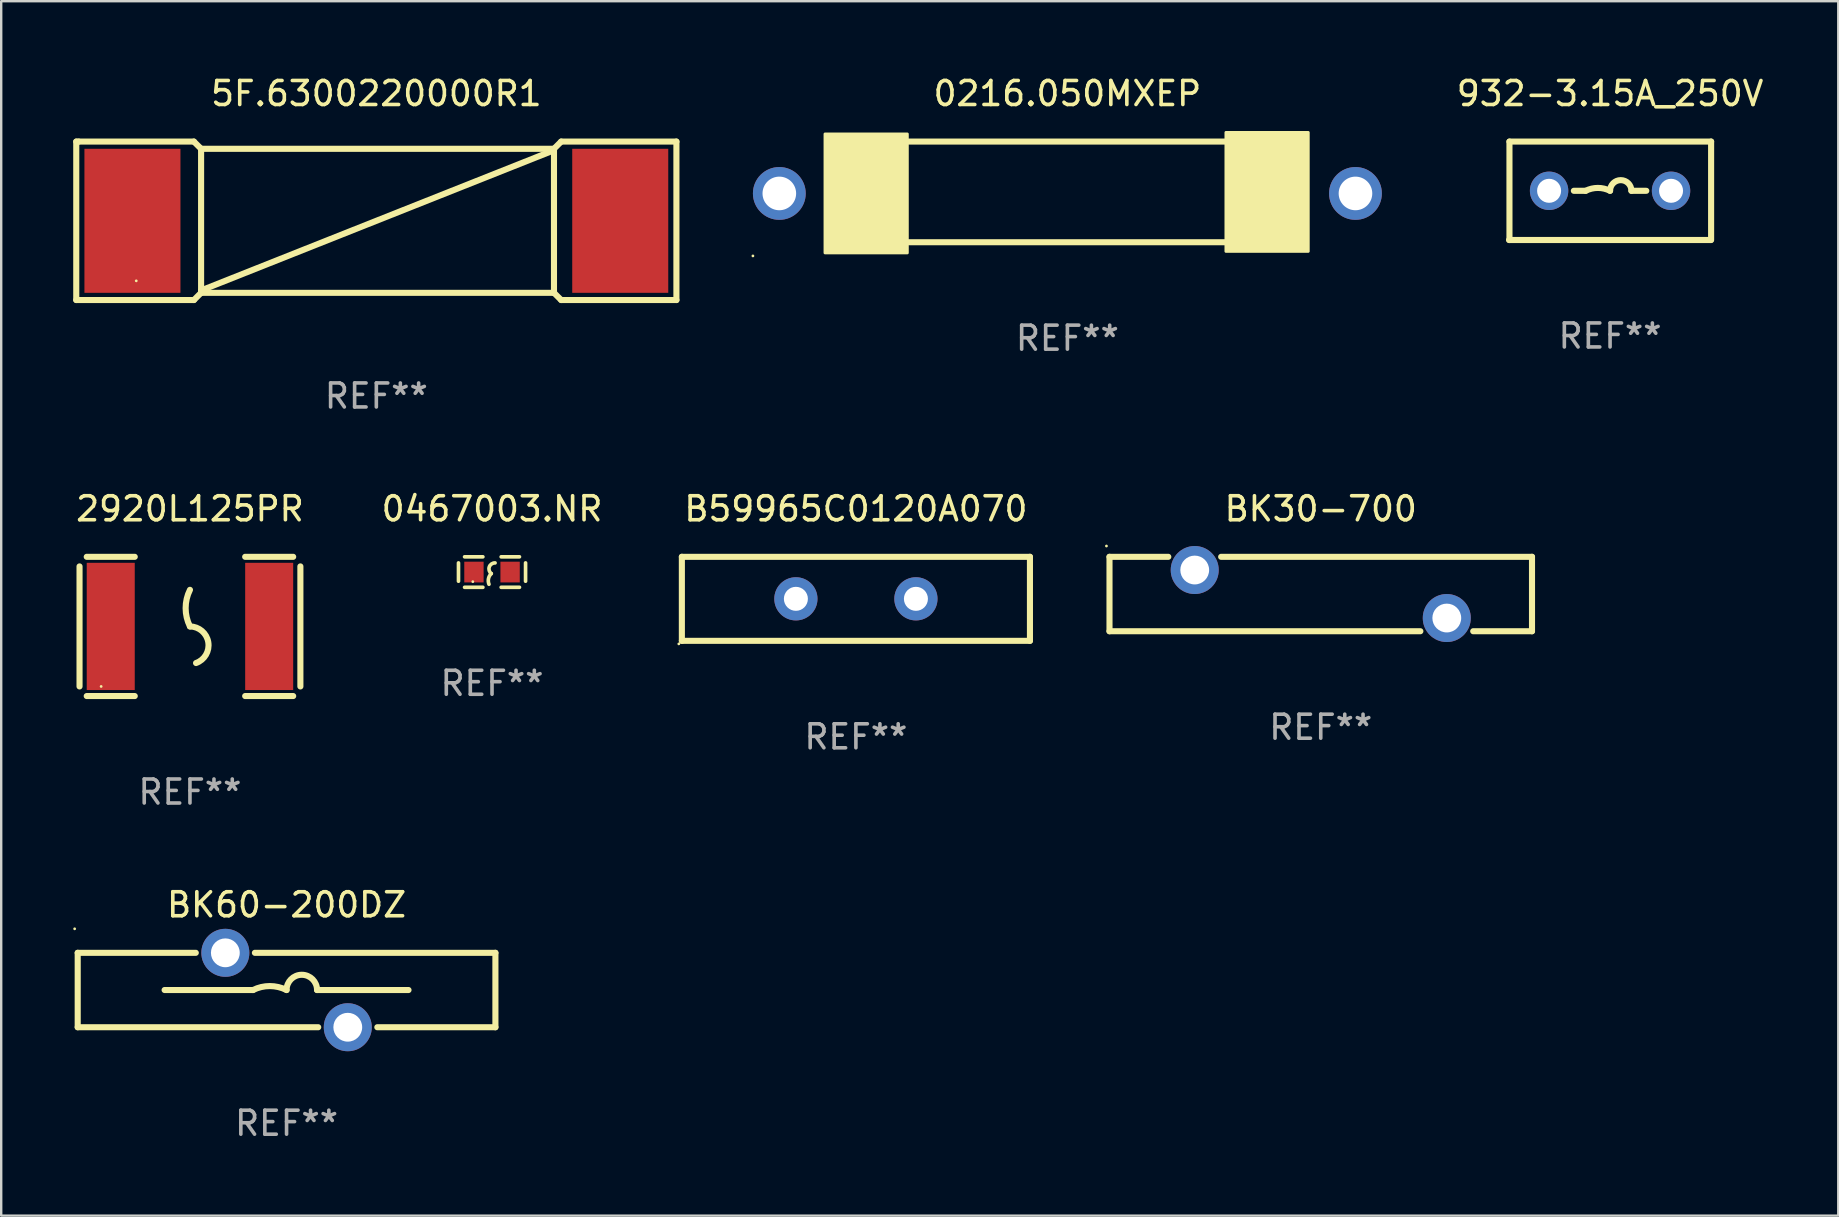
<source format=kicad_pcb>
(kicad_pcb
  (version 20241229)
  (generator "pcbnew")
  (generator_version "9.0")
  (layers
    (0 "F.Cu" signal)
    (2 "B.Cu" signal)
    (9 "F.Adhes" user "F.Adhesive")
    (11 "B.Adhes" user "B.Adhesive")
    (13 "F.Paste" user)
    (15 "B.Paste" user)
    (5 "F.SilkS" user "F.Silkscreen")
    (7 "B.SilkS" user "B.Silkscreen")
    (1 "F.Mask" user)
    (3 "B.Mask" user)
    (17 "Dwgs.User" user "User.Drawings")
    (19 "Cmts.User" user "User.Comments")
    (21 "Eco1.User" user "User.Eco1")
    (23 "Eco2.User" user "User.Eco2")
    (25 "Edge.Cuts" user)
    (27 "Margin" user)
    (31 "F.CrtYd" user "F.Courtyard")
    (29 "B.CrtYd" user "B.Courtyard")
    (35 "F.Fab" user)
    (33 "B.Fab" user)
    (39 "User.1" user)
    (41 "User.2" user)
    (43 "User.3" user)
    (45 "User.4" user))
  (footprint "BK30-700"
    (layer "F.Cu")
    (at 51.968 21.695)
    (property "Reference" "BK30-700" (at 0 -3.55 0) (layer "F.SilkS") (effects (font (size 1 1) (thickness 0.15))))
    (attr through_hole)
    (fp_line (start -8.8 -1.55) (end -6.351 -1.55) (stroke (width 0.254) (type solid)) (layer "F.SilkS"))
    (fp_line (start -8.8 1.55) (end -8.8 -1.55) (stroke (width 0.254) (type solid)) (layer "F.SilkS"))
    (fp_line (start -8.8 1.55) (end 4.149 1.55) (stroke (width 0.254) (type solid)) (layer "F.SilkS"))
    (fp_line (start -4.149 -1.55) (end 8.8 -1.55) (stroke (width 0.254) (type solid)) (layer "F.SilkS"))
    (fp_line (start 6.351 1.55) (end 8.8 1.55) (stroke (width 0.254) (type solid)) (layer "F.SilkS"))
    (fp_line (start 8.8 -1.55) (end 8.8 1.55) (stroke (width 0.254) (type solid)) (layer "F.SilkS"))
    (fp_circle (center -8.927 -2) (end -8.897 -2) (stroke (width 0.06) (type solid)) (fill no) (layer "F.SilkS"))
    (fp_text user "REF**" (at 0 5.55 0) (layer "F.Fab") (effects (font (size 1 1) (thickness 0.15))))
    (pad "1" thru_hole circle (at -5.25 -1) (size 2 2) (drill 1.2) (layers "*.Cu" "*.Mask"))
    (pad "2" thru_hole circle (at 5.25 1) (size 2 2) (drill 1.2) (layers "*.Cu" "*.Mask")))
  (footprint "B59965C0120A070"
    (layer "F.Cu")
    (at 32.604 21.895)
    (property "Reference" "B59965C0120A070" (at 0 -3.75 0) (layer "F.SilkS") (effects (font (size 1 1) (thickness 0.15))))
    (attr through_hole)
    (fp_line (start -7.25 -1.75) (end -7.25 1.75) (stroke (width 0.254) (type solid)) (layer "F.SilkS"))
    (fp_line (start -7.25 -1.75) (end 7.25 -1.75) (stroke (width 0.254) (type solid)) (layer "F.SilkS"))
    (fp_line (start 7.25 -1.75) (end 7.25 1.75) (stroke (width 0.254) (type solid)) (layer "F.SilkS"))
    (fp_line (start 7.25 1.75) (end -7.25 1.75) (stroke (width 0.254) (type solid)) (layer "F.SilkS"))
    (fp_circle (center -7.377 1.877) (end -7.347 1.877) (stroke (width 0.06) (type solid)) (fill no) (layer "F.SilkS"))
    (fp_text user "REF**" (at 0 5.75 0) (layer "F.Fab") (effects (font (size 1 1) (thickness 0.15))))
    (pad "1" thru_hole circle (at -2.5 0) (size 1.8 1.8) (drill 1) (layers "*.Cu" "*.Mask"))
    (pad "2" thru_hole circle (at 2.5 0) (size 1.8 1.8) (drill 1) (layers "*.Cu" "*.Mask")))
  (footprint "0467003.NR"
    (layer "F.Cu")
    (at 17.446 20.78)
    (property "Reference" "0467003.NR" (at 0 -2.635 0) (layer "F.SilkS") (effects (font (size 1 1) (thickness 0.15))))
    (attr through_hole)
    (fp_line (start -1.397 -0.381) (end -1.397 0.381) (stroke (width 0.152) (type solid)) (layer "F.SilkS"))
    (fp_line (start -0.381 -0.635) (end -1.143 -0.635) (stroke (width 0.152) (type solid)) (layer "F.SilkS"))
    (fp_line (start -0.381 0.635) (end -1.143 0.635) (stroke (width 0.152) (type solid)) (layer "F.SilkS"))
    (fp_line (start 0.381 -0.635) (end 1.143 -0.635) (stroke (width 0.152) (type solid)) (layer "F.SilkS"))
    (fp_line (start 0.381 0.635) (end 1.143 0.635) (stroke (width 0.152) (type solid)) (layer "F.SilkS"))
    (fp_line (start 1.397 -0.381) (end 1.397 0.381) (stroke (width 0.152) (type solid)) (layer "F.SilkS"))
    (fp_arc (start -0.127 0.508001) (mid -0.146523 0.271131) (end -0.030861 0.0635) (stroke (width 0.151994) (type solid)) (layer "F.SilkS"))
    (fp_arc (start -0.03175 0.0635) (mid -0.113571 -0.216321) (end 0.127001 -0.381002) (stroke (width 0.151994) (type solid)) (layer "F.SilkS"))
    (fp_circle (center -0.8 0.4) (end -0.77 0.4) (stroke (width 0.06) (type solid)) (fill no) (layer "F.SilkS"))
    (fp_text user "REF**" (at 0 4.635 0) (layer "F.Fab") (effects (font (size 1 1) (thickness 0.15))))
    (pad "1" smd rect (at -0.753 0) (size 0.806 0.864) (layers "F.Cu" "F.Mask" "F.Paste"))
    (pad "2" smd rect (at 0.753 0) (size 0.806 0.864) (layers "F.Cu" "F.Mask" "F.Paste")))
  (footprint "932-3.15A_250V"
    (layer "F.Cu")
    (at 64.02 4.898)
    (property "Reference" "932-3.15A_250V" (at 0 -4.05 0) (layer "F.SilkS") (effects (font (size 1 1) (thickness 0.15))))
    (attr through_hole)
    (fp_line (start -4.191 -2.05) (end -4.191 2.05) (stroke (width 0.254) (type solid)) (layer "F.SilkS"))
    (fp_line (start -4.191 -2.05) (end 4.209 -2.05) (stroke (width 0.254) (type solid)) (layer "F.SilkS"))
    (fp_line (start -1.509 0) (end -1.016 0) (stroke (width 0.254) (type solid)) (layer "F.SilkS"))
    (fp_line (start 1.509 0) (end 0.889 0) (stroke (width 0.254) (type solid)) (layer "F.SilkS"))
    (fp_line (start 4.191 2.05) (end -4.209 2.05) (stroke (width 0.254) (type solid)) (layer "F.SilkS"))
    (fp_line (start 4.209 -2.05) (end 4.209 2.05) (stroke (width 0.254) (type solid)) (layer "F.SilkS"))
    (fp_arc (start -1.016002 0) (mid -0.508001 -0.119923) (end 0 0) (stroke (width 0.254001) (type solid)) (layer "F.SilkS"))
    (fp_arc (start 0 0) (mid 0.444501 -0.444501) (end 0.889002 0) (stroke (width 0.254001) (type solid)) (layer "F.SilkS"))
    (fp_circle (center -4.15 2.05) (end -4.12 2.05) (stroke (width 0.06) (type solid)) (fill no) (layer "F.SilkS"))
    (fp_text user "REF**" (at 0 6.05 0) (layer "F.Fab") (effects (font (size 1 1) (thickness 0.15))))
    (pad "1" thru_hole circle (at -2.54 0) (size 1.6 1.6) (drill 1) (layers "*.Cu" "*.Mask"))
    (pad "2" thru_hole circle (at 2.54 0) (size 1.6 1.6) (drill 1) (layers "*.Cu" "*.Mask")))
  (footprint "5F.6300220000R1"
    (layer "F.Cu")
    (at 12.627 6.148)
    (property "Reference" "5F.6300220000R1" (at 0 -5.3 0) (layer "F.SilkS") (effects (font (size 1 1) (thickness 0.15))))
    (attr through_hole)
    (fp_line (start -12.5 -3.3) (end -12.4 -3.3) (stroke (width 0.254) (type solid)) (layer "F.SilkS"))
    (fp_line (start -12.5 3.3) (end -12.5 -3.3) (stroke (width 0.254) (type solid)) (layer "F.SilkS"))
    (fp_line (start -12.4 -3.3) (end -7.6 -3.3) (stroke (width 0.254) (type solid)) (layer "F.SilkS"))
    (fp_line (start -7.6 -3.3) (end -7.3 -3) (stroke (width 0.254) (type solid)) (layer "F.SilkS"))
    (fp_line (start -7.6 3.3) (end -12.5 3.3) (stroke (width 0.254) (type solid)) (layer "F.SilkS"))
    (fp_line (start -7.3 -3) (end -7.3 3) (stroke (width 0.254) (type solid)) (layer "F.SilkS"))
    (fp_line (start -7.3 -3) (end 7.4 -3) (stroke (width 0.254) (type solid)) (layer "F.SilkS"))
    (fp_line (start -7.3 3) (end -7.6 3.3) (stroke (width 0.254) (type solid)) (layer "F.SilkS"))
    (fp_line (start 7.3 -2.9) (end -7.3 2.9) (stroke (width 0.254) (type solid)) (layer "F.SilkS"))
    (fp_line (start 7.4 -3) (end 7.4 3) (stroke (width 0.254) (type solid)) (layer "F.SilkS"))
    (fp_line (start 7.4 -3) (end 7.7 -3.3) (stroke (width 0.254) (type solid)) (layer "F.SilkS"))
    (fp_line (start 7.4 3) (end -7.3 3) (stroke (width 0.254) (type solid)) (layer "F.SilkS"))
    (fp_line (start 7.7 -3.3) (end 12.5 -3.3) (stroke (width 0.254) (type solid)) (layer "F.SilkS"))
    (fp_line (start 7.7 3.3) (end 7.4 3) (stroke (width 0.254) (type solid)) (layer "F.SilkS"))
    (fp_line (start 12.5 -3.3) (end 12.5 3.3) (stroke (width 0.254) (type solid)) (layer "F.SilkS"))
    (fp_line (start 12.5 3.3) (end 7.7 3.3) (stroke (width 0.254) (type solid)) (layer "F.SilkS"))
    (fp_circle (center -10.001 2.501) (end -9.971 2.501) (stroke (width 0.06) (type solid)) (fill no) (layer "F.SilkS"))
    (fp_text user "REF**" (at 0 7.3 0) (layer "F.Fab") (effects (font (size 1 1) (thickness 0.15))))
    (pad "1" smd rect (at -10.16 0) (size 4 6) (layers "F.Cu" "F.Mask" "F.Paste"))
    (pad "2" smd rect (at 10.16 0) (size 4 6) (layers "F.Cu" "F.Mask" "F.Paste")))
  (footprint "BK60-200DZ"
    (layer "F.Cu")
    (at 8.887 38.191)
    (property "Reference" "BK60-200DZ" (at 0 -3.55 0) (layer "F.SilkS") (effects (font (size 1 1) (thickness 0.15))))
    (attr through_hole)
    (fp_line (start -8.7 -1.55) (end -8.7 1.55) (stroke (width 0.254) (type solid)) (layer "F.SilkS"))
    (fp_line (start -8.7 -1.55) (end -3.781 -1.55) (stroke (width 0.254) (type solid)) (layer "F.SilkS"))
    (fp_line (start -5.08 0) (end -1.397 0) (stroke (width 0.254) (type solid)) (layer "F.SilkS"))
    (fp_line (start -1.319 -1.55) (end 8.7 -1.55) (stroke (width 0.254) (type solid)) (layer "F.SilkS"))
    (fp_line (start 1.319 1.55) (end -8.7 1.55) (stroke (width 0.254) (type solid)) (layer "F.SilkS"))
    (fp_line (start 5.08 0) (end 1.27 0) (stroke (width 0.254) (type solid)) (layer "F.SilkS"))
    (fp_line (start 8.7 -1.55) (end 8.7 1.55) (stroke (width 0.254) (type solid)) (layer "F.SilkS"))
    (fp_line (start 8.7 1.55) (end 3.781 1.55) (stroke (width 0.254) (type solid)) (layer "F.SilkS"))
    (fp_arc (start -1.397003 0) (mid -0.698501 -0.164894) (end 0 0) (stroke (width 0.254001) (type solid)) (layer "F.SilkS"))
    (fp_arc (start -0.000001 0) (mid 0.635001 -0.635002) (end 1.270003 0) (stroke (width 0.254001) (type solid)) (layer "F.SilkS"))
    (fp_circle (center -8.827 -2.55) (end -8.797 -2.55) (stroke (width 0.06) (type solid)) (fill no) (layer "F.SilkS"))
    (fp_text user "REF**" (at 0 5.55 0) (layer "F.Fab") (effects (font (size 1 1) (thickness 0.15))))
    (pad "1" thru_hole circle (at -2.55 -1.55) (size 2 2) (drill 1.2) (layers "*.Cu" "*.Mask"))
    (pad "2" thru_hole circle (at 2.55 1.55) (size 2 2) (drill 1.2) (layers "*.Cu" "*.Mask")))
  (footprint "0216.050MXEP"
    (layer "F.Cu")
    (at 41.414 4.944)
    (property "Reference" "0216.050MXEP" (at 0 -4.096 0) (layer "F.SilkS") (effects (font (size 1 1) (thickness 0.15))))
    (attr through_hole)
    (fp_line (start -6.604 -2.096) (end 6.604 -2.096) (stroke (width 0.254) (type solid)) (layer "F.SilkS"))
    (fp_line (start -6.604 2.096) (end 6.604 2.096) (stroke (width 0.254) (type solid)) (layer "F.SilkS"))
    (fp_circle (center -13.1 2.667) (end -13.07 2.667) (stroke (width 0.06) (type solid)) (fill no) (layer "F.SilkS"))
    (fp_poly (pts (xy -10.097 -2.413) (xy -6.668 -2.413) (xy -6.668 2.54) (xy -10.097 2.54)) (stroke (width 0.12) (type solid)) (fill yes) (layer "F.SilkS"))
    (fp_poly (pts (xy 6.604 -2.477) (xy 10.033 -2.477) (xy 10.033 2.477) (xy 6.604 2.477)) (stroke (width 0.12) (type solid)) (fill yes) (layer "F.SilkS"))
    (fp_text user "REF**" (at 0 6.096 0) (layer "F.Fab") (effects (font (size 1 1) (thickness 0.15))))
    (pad "1" thru_hole circle (at -12 0.064) (size 2.2 2.2) (drill 1.4) (layers "*.Cu" "*.Mask"))
    (pad "2" thru_hole circle (at 12 0.064) (size 2.2 2.2) (drill 1.4) (layers "*.Cu" "*.Mask")))
  (footprint "2920L125PR"
    (layer "F.Cu")
    (at 4.863 23.045)
    (property "Reference" "2920L125PR" (at 0 -4.9 0) (layer "F.SilkS") (effects (font (size 1 1) (thickness 0.15))))
    (attr through_hole)
    (fp_line (start -4.6 -2.5) (end -4.6 2.5) (stroke (width 0.254) (type solid)) (layer "F.SilkS"))
    (fp_line (start -4.3 -2.9) (end -2.3 -2.9) (stroke (width 0.254) (type solid)) (layer "F.SilkS"))
    (fp_line (start -4.3 2.9) (end -2.3 2.9) (stroke (width 0.254) (type solid)) (layer "F.SilkS"))
    (fp_line (start 2.3 -2.9) (end 4.3 -2.9) (stroke (width 0.254) (type solid)) (layer "F.SilkS"))
    (fp_line (start 2.3 2.9) (end 4.3 2.9) (stroke (width 0.254) (type solid)) (layer "F.SilkS"))
    (fp_line (start 4.6 -2.5) (end 4.6 2.5) (stroke (width 0.254) (type solid)) (layer "F.SilkS"))
    (fp_arc (start 0 0) (mid -0.179884 -0.762002) (end 0 -1.524003) (stroke (width 0.254001) (type solid)) (layer "F.SilkS"))
    (fp_arc (start 0 0) (mid 0.763086 0.655987) (end 0.254001 1.524003) (stroke (width 0.254001) (type solid)) (layer "F.SilkS"))
    (fp_circle (center -3.7 2.5) (end -3.67 2.5) (stroke (width 0.06) (type solid)) (fill no) (layer "F.SilkS"))
    (fp_text user "REF**" (at 0 6.9 0) (layer "F.Fab") (effects (font (size 1 1) (thickness 0.15))))
    (pad "1" smd rect (at -3.3 0) (size 2 5.3) (layers "F.Cu" "F.Mask" "F.Paste"))
    (pad "2" smd rect (at 3.3 0) (size 2 5.3) (layers "F.Cu" "F.Mask" "F.Paste")))
  (gr_rect
    (start -3 -3)
    (end 73.526 47.589)
    (stroke (width 0.1) (type default))
    (fill no)
    (layer "Edge.Cuts")))
</source>
